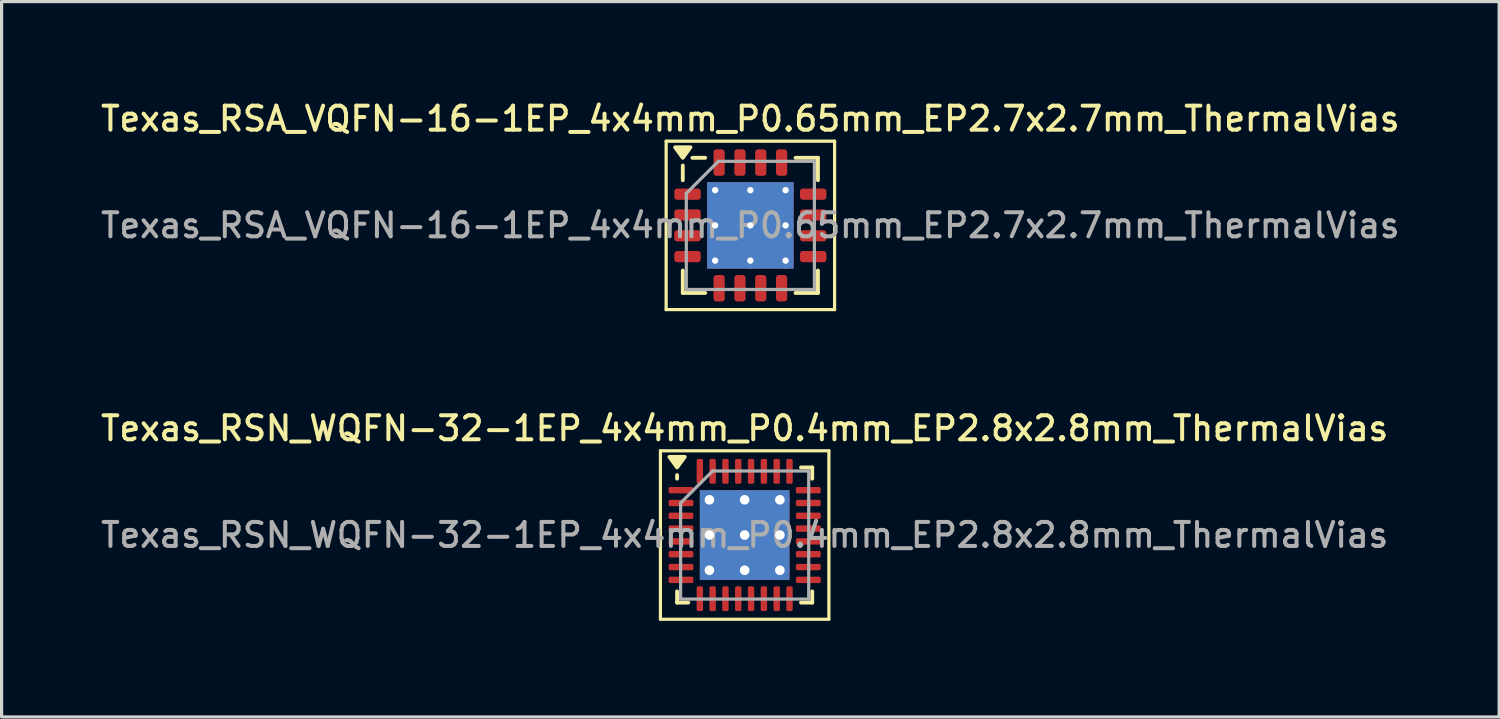
<source format=kicad_pcb>
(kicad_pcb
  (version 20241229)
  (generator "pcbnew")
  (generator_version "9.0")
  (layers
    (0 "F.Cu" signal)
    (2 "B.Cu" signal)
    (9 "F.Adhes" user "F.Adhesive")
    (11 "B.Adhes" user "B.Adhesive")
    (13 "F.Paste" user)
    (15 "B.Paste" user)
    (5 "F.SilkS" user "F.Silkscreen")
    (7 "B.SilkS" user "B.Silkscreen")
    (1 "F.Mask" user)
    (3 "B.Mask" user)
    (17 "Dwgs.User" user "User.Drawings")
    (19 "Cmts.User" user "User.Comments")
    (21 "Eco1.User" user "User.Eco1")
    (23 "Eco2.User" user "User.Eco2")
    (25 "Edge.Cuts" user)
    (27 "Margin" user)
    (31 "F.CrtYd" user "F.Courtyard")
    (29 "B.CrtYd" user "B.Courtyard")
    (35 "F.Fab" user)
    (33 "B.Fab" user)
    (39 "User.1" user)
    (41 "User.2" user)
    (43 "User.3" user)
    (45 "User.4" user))
  (footprint "Texas_RSN_WQFN-32-1EP_4x4mm_P0.4mm_EP2.8x2.8mm_ThermalVias"
    (layer "F.Cu")
    (at 20.202 13.656)
    (property "Reference" "Texas_RSN_WQFN-32-1EP_4x4mm_P0.4mm_EP2.8x2.8mm_ThermalVias" (at 0 -3.33 0) (layer "F.SilkS") (effects (font (size 0.75 0.75) (thickness 0.125))))
    (attr smd)
    (fp_line (start -2.63 -2.63) (end -2.63 2.63) (stroke (width 0.1) (type solid)) (layer "F.SilkS"))
    (fp_line (start -2.63 2.63) (end 2.63 2.63) (stroke (width 0.1) (type solid)) (layer "F.SilkS"))
    (fp_line (start -2.11 -1.76) (end -2.11 -1.87) (stroke (width 0.12) (type solid)) (layer "F.SilkS"))
    (fp_line (start -2.11 2.11) (end -2.11 1.76) (stroke (width 0.12) (type solid)) (layer "F.SilkS"))
    (fp_line (start -1.76 2.11) (end -2.11 2.11) (stroke (width 0.12) (type solid)) (layer "F.SilkS"))
    (fp_line (start 1.76 -2.11) (end 2.11 -2.11) (stroke (width 0.12) (type solid)) (layer "F.SilkS"))
    (fp_line (start 1.76 2.11) (end 2.11 2.11) (stroke (width 0.12) (type solid)) (layer "F.SilkS"))
    (fp_line (start 2.11 -2.11) (end 2.11 -1.76) (stroke (width 0.12) (type solid)) (layer "F.SilkS"))
    (fp_line (start 2.11 2.11) (end 2.11 1.76) (stroke (width 0.12) (type solid)) (layer "F.SilkS"))
    (fp_line (start 2.63 -2.63) (end -2.63 -2.63) (stroke (width 0.1) (type solid)) (layer "F.SilkS"))
    (fp_line (start 2.63 2.63) (end 2.63 -2.63) (stroke (width 0.1) (type solid)) (layer "F.SilkS"))
    (fp_poly (pts (xy -2.11 -2.11) (xy -2.35 -2.44) (xy -1.87 -2.44) (xy -2.11 -2.11)) (stroke (width 0.12) (type solid)) (fill yes) (layer "F.SilkS"))
    (fp_line (start -2 -1) (end -1 -2) (stroke (width 0.1) (type solid)) (layer "F.Fab"))
    (fp_line (start -2 2) (end -2 -1) (stroke (width 0.1) (type solid)) (layer "F.Fab"))
    (fp_line (start -1 -2) (end 2 -2) (stroke (width 0.1) (type solid)) (layer "F.Fab"))
    (fp_line (start 2 -2) (end 2 2) (stroke (width 0.1) (type solid)) (layer "F.Fab"))
    (fp_line (start 2 2) (end -2 2) (stroke (width 0.1) (type solid)) (layer "F.Fab"))
    (fp_text user "${REFERENCE}" (at 0 0 0) (layer "F.Fab") (effects (font (size 0.75 0.75) (thickness 0.125))))
    (pad "" smd roundrect (at -0.7 -0.7) (size 1.17 1.17) (layers "F.Paste") (roundrect_rratio 0.214))
    (pad "" smd roundrect (at -0.7 0.7) (size 1.17 1.17) (layers "F.Paste") (roundrect_rratio 0.214))
    (pad "" smd roundrect (at 0.7 -0.7) (size 1.17 1.17) (layers "F.Paste") (roundrect_rratio 0.214))
    (pad "" smd roundrect (at 0.7 0.7) (size 1.17 1.17) (layers "F.Paste") (roundrect_rratio 0.214))
    (pad "1" smd roundrect (at -1.988 -1.4) (size 0.775 0.2) (layers "F.Cu" "F.Mask" "F.Paste") (roundrect_rratio 0.25))
    (pad "2" smd roundrect (at -1.988 -1) (size 0.775 0.2) (layers "F.Cu" "F.Mask" "F.Paste") (roundrect_rratio 0.25))
    (pad "3" smd roundrect (at -1.988 -0.6) (size 0.775 0.2) (layers "F.Cu" "F.Mask" "F.Paste") (roundrect_rratio 0.25))
    (pad "4" smd roundrect (at -1.988 -0.2) (size 0.775 0.2) (layers "F.Cu" "F.Mask" "F.Paste") (roundrect_rratio 0.25))
    (pad "5" smd roundrect (at -1.988 0.2) (size 0.775 0.2) (layers "F.Cu" "F.Mask" "F.Paste") (roundrect_rratio 0.25))
    (pad "6" smd roundrect (at -1.988 0.6) (size 0.775 0.2) (layers "F.Cu" "F.Mask" "F.Paste") (roundrect_rratio 0.25))
    (pad "7" smd roundrect (at -1.988 1) (size 0.775 0.2) (layers "F.Cu" "F.Mask" "F.Paste") (roundrect_rratio 0.25))
    (pad "8" smd roundrect (at -1.988 1.4) (size 0.775 0.2) (layers "F.Cu" "F.Mask" "F.Paste") (roundrect_rratio 0.25))
    (pad "9" smd roundrect (at -1.4 1.988) (size 0.2 0.775) (layers "F.Cu" "F.Mask" "F.Paste") (roundrect_rratio 0.25))
    (pad "10" smd roundrect (at -1 1.988) (size 0.2 0.775) (layers "F.Cu" "F.Mask" "F.Paste") (roundrect_rratio 0.25))
    (pad "11" smd roundrect (at -0.6 1.988) (size 0.2 0.775) (layers "F.Cu" "F.Mask" "F.Paste") (roundrect_rratio 0.25))
    (pad "12" smd roundrect (at -0.2 1.988) (size 0.2 0.775) (layers "F.Cu" "F.Mask" "F.Paste") (roundrect_rratio 0.25))
    (pad "13" smd roundrect (at 0.2 1.988) (size 0.2 0.775) (layers "F.Cu" "F.Mask" "F.Paste") (roundrect_rratio 0.25))
    (pad "14" smd roundrect (at 0.6 1.988) (size 0.2 0.775) (layers "F.Cu" "F.Mask" "F.Paste") (roundrect_rratio 0.25))
    (pad "15" smd roundrect (at 1 1.988) (size 0.2 0.775) (layers "F.Cu" "F.Mask" "F.Paste") (roundrect_rratio 0.25))
    (pad "16" smd roundrect (at 1.4 1.988) (size 0.2 0.775) (layers "F.Cu" "F.Mask" "F.Paste") (roundrect_rratio 0.25))
    (pad "17" smd roundrect (at 1.988 1.4) (size 0.775 0.2) (layers "F.Cu" "F.Mask" "F.Paste") (roundrect_rratio 0.25))
    (pad "18" smd roundrect (at 1.988 1) (size 0.775 0.2) (layers "F.Cu" "F.Mask" "F.Paste") (roundrect_rratio 0.25))
    (pad "19" smd roundrect (at 1.988 0.6) (size 0.775 0.2) (layers "F.Cu" "F.Mask" "F.Paste") (roundrect_rratio 0.25))
    (pad "20" smd roundrect (at 1.988 0.2) (size 0.775 0.2) (layers "F.Cu" "F.Mask" "F.Paste") (roundrect_rratio 0.25))
    (pad "21" smd roundrect (at 1.988 -0.2) (size 0.775 0.2) (layers "F.Cu" "F.Mask" "F.Paste") (roundrect_rratio 0.25))
    (pad "22" smd roundrect (at 1.988 -0.6) (size 0.775 0.2) (layers "F.Cu" "F.Mask" "F.Paste") (roundrect_rratio 0.25))
    (pad "23" smd roundrect (at 1.988 -1) (size 0.775 0.2) (layers "F.Cu" "F.Mask" "F.Paste") (roundrect_rratio 0.25))
    (pad "24" smd roundrect (at 1.988 -1.4) (size 0.775 0.2) (layers "F.Cu" "F.Mask" "F.Paste") (roundrect_rratio 0.25))
    (pad "25" smd roundrect (at 1.4 -1.988) (size 0.2 0.775) (layers "F.Cu" "F.Mask" "F.Paste") (roundrect_rratio 0.25))
    (pad "26" smd roundrect (at 1 -1.988) (size 0.2 0.775) (layers "F.Cu" "F.Mask" "F.Paste") (roundrect_rratio 0.25))
    (pad "27" smd roundrect (at 0.6 -1.988) (size 0.2 0.775) (layers "F.Cu" "F.Mask" "F.Paste") (roundrect_rratio 0.25))
    (pad "28" smd roundrect (at 0.2 -1.988) (size 0.2 0.775) (layers "F.Cu" "F.Mask" "F.Paste") (roundrect_rratio 0.25))
    (pad "29" smd roundrect (at -0.2 -1.988) (size 0.2 0.775) (layers "F.Cu" "F.Mask" "F.Paste") (roundrect_rratio 0.25))
    (pad "30" smd roundrect (at -0.6 -1.988) (size 0.2 0.775) (layers "F.Cu" "F.Mask" "F.Paste") (roundrect_rratio 0.25))
    (pad "31" smd roundrect (at -1 -1.988) (size 0.2 0.775) (layers "F.Cu" "F.Mask" "F.Paste") (roundrect_rratio 0.25))
    (pad "32" smd roundrect (at -1.4 -1.988) (size 0.2 0.775) (layers "F.Cu" "F.Mask" "F.Paste") (roundrect_rratio 0.25))
    (pad "33" thru_hole circle (at -1.1 -1.1) (size 0.6 0.6) (drill 0.3) (property pad_prop_heatsink) (layers "*.Cu"))
    (pad "33" thru_hole circle (at -1.1 0) (size 0.6 0.6) (drill 0.3) (property pad_prop_heatsink) (layers "*.Cu"))
    (pad "33" thru_hole circle (at -1.1 1.1) (size 0.6 0.6) (drill 0.3) (property pad_prop_heatsink) (layers "*.Cu"))
    (pad "33" thru_hole circle (at 0 -1.1) (size 0.6 0.6) (drill 0.3) (property pad_prop_heatsink) (layers "*.Cu"))
    (pad "33" thru_hole circle (at 0 0) (size 0.6 0.6) (drill 0.3) (property pad_prop_heatsink) (layers "*.Cu"))
    (pad "33" smd rect (at 0 0) (size 2.8 2.8) (property pad_prop_heatsink) (layers "F.Cu" "F.Mask"))
    (pad "33" smd rect (at 0 0) (size 2.8 2.8) (property pad_prop_heatsink) (layers "B.Cu"))
    (pad "33" thru_hole circle (at 0 1.1) (size 0.6 0.6) (drill 0.3) (property pad_prop_heatsink) (layers "*.Cu"))
    (pad "33" thru_hole circle (at 1.1 -1.1) (size 0.6 0.6) (drill 0.3) (property pad_prop_heatsink) (layers "*.Cu"))
    (pad "33" thru_hole circle (at 1.1 0) (size 0.6 0.6) (drill 0.3) (property pad_prop_heatsink) (layers "*.Cu"))
    (pad "33" thru_hole circle (at 1.1 1.1) (size 0.6 0.6) (drill 0.3) (property pad_prop_heatsink) (layers "*.Cu")))
  (footprint "Texas_RSA_VQFN-16-1EP_4x4mm_P0.65mm_EP2.7x2.7mm_ThermalVias"
    (layer "F.Cu")
    (at 20.38 3.988)
    (property "Reference" "Texas_RSA_VQFN-16-1EP_4x4mm_P0.65mm_EP2.7x2.7mm_ThermalVias" (at 0 -3.33 0) (layer "F.SilkS") (effects (font (size 0.75 0.75) (thickness 0.125))))
    (attr smd)
    (fp_line (start -2.63 -2.63) (end -2.63 2.63) (stroke (width 0.1) (type solid)) (layer "F.SilkS"))
    (fp_line (start -2.63 2.63) (end 2.63 2.63) (stroke (width 0.1) (type solid)) (layer "F.SilkS"))
    (fp_line (start -2.11 -1.41) (end -2.11 -1.87) (stroke (width 0.12) (type solid)) (layer "F.SilkS"))
    (fp_line (start -2.11 2.11) (end -2.11 1.41) (stroke (width 0.12) (type solid)) (layer "F.SilkS"))
    (fp_line (start -1.41 -2.11) (end -1.81 -2.11) (stroke (width 0.12) (type solid)) (layer "F.SilkS"))
    (fp_line (start -1.41 2.11) (end -2.11 2.11) (stroke (width 0.12) (type solid)) (layer "F.SilkS"))
    (fp_line (start 1.41 -2.11) (end 2.11 -2.11) (stroke (width 0.12) (type solid)) (layer "F.SilkS"))
    (fp_line (start 1.41 2.11) (end 2.11 2.11) (stroke (width 0.12) (type solid)) (layer "F.SilkS"))
    (fp_line (start 2.11 -2.11) (end 2.11 -1.41) (stroke (width 0.12) (type solid)) (layer "F.SilkS"))
    (fp_line (start 2.11 2.11) (end 2.11 1.41) (stroke (width 0.12) (type solid)) (layer "F.SilkS"))
    (fp_line (start 2.63 -2.63) (end -2.63 -2.63) (stroke (width 0.1) (type solid)) (layer "F.SilkS"))
    (fp_line (start 2.63 2.63) (end 2.63 -2.63) (stroke (width 0.1) (type solid)) (layer "F.SilkS"))
    (fp_poly (pts (xy -2.11 -2.11) (xy -2.35 -2.44) (xy -1.87 -2.44) (xy -2.11 -2.11)) (stroke (width 0.12) (type solid)) (fill yes) (layer "F.SilkS"))
    (fp_line (start -2 -1) (end -1 -2) (stroke (width 0.1) (type solid)) (layer "F.Fab"))
    (fp_line (start -2 2) (end -2 -1) (stroke (width 0.1) (type solid)) (layer "F.Fab"))
    (fp_line (start -1 -2) (end 2 -2) (stroke (width 0.1) (type solid)) (layer "F.Fab"))
    (fp_line (start 2 -2) (end 2 2) (stroke (width 0.1) (type solid)) (layer "F.Fab"))
    (fp_line (start 2 2) (end -2 2) (stroke (width 0.1) (type solid)) (layer "F.Fab"))
    (fp_text user "${REFERENCE}" (at 0 0 0) (layer "F.Fab") (effects (font (size 0.75 0.75) (thickness 0.125))))
    (pad "" smd roundrect (at -0.55 -0.55) (size 0.955 0.955) (layers "F.Paste") (roundrect_rratio 0.25))
    (pad "" smd roundrect (at -0.55 0.55) (size 0.955 0.955) (layers "F.Paste") (roundrect_rratio 0.25))
    (pad "" smd roundrect (at 0.55 -0.55) (size 0.955 0.955) (layers "F.Paste") (roundrect_rratio 0.25))
    (pad "" smd roundrect (at 0.55 0.55) (size 0.955 0.955) (layers "F.Paste") (roundrect_rratio 0.25))
    (pad "1" smd roundrect (at -1.962 -0.975) (size 0.825 0.35) (layers "F.Cu" "F.Mask" "F.Paste") (roundrect_rratio 0.25))
    (pad "2" smd roundrect (at -1.962 -0.325) (size 0.825 0.35) (layers "F.Cu" "F.Mask" "F.Paste") (roundrect_rratio 0.25))
    (pad "3" smd roundrect (at -1.962 0.325) (size 0.825 0.35) (layers "F.Cu" "F.Mask" "F.Paste") (roundrect_rratio 0.25))
    (pad "4" smd roundrect (at -1.962 0.975) (size 0.825 0.35) (layers "F.Cu" "F.Mask" "F.Paste") (roundrect_rratio 0.25))
    (pad "5" smd roundrect (at -0.975 1.962) (size 0.35 0.825) (layers "F.Cu" "F.Mask" "F.Paste") (roundrect_rratio 0.25))
    (pad "6" smd roundrect (at -0.325 1.962) (size 0.35 0.825) (layers "F.Cu" "F.Mask" "F.Paste") (roundrect_rratio 0.25))
    (pad "7" smd roundrect (at 0.325 1.962) (size 0.35 0.825) (layers "F.Cu" "F.Mask" "F.Paste") (roundrect_rratio 0.25))
    (pad "8" smd roundrect (at 0.975 1.962) (size 0.35 0.825) (layers "F.Cu" "F.Mask" "F.Paste") (roundrect_rratio 0.25))
    (pad "9" smd roundrect (at 1.962 0.975) (size 0.825 0.35) (layers "F.Cu" "F.Mask" "F.Paste") (roundrect_rratio 0.25))
    (pad "10" smd roundrect (at 1.962 0.325) (size 0.825 0.35) (layers "F.Cu" "F.Mask" "F.Paste") (roundrect_rratio 0.25))
    (pad "11" smd roundrect (at 1.962 -0.325) (size 0.825 0.35) (layers "F.Cu" "F.Mask" "F.Paste") (roundrect_rratio 0.25))
    (pad "12" smd roundrect (at 1.962 -0.975) (size 0.825 0.35) (layers "F.Cu" "F.Mask" "F.Paste") (roundrect_rratio 0.25))
    (pad "13" smd roundrect (at 0.975 -1.962) (size 0.35 0.825) (layers "F.Cu" "F.Mask" "F.Paste") (roundrect_rratio 0.25))
    (pad "14" smd roundrect (at 0.325 -1.962) (size 0.35 0.825) (layers "F.Cu" "F.Mask" "F.Paste") (roundrect_rratio 0.25))
    (pad "15" smd roundrect (at -0.325 -1.962) (size 0.35 0.825) (layers "F.Cu" "F.Mask" "F.Paste") (roundrect_rratio 0.25))
    (pad "16" smd roundrect (at -0.975 -1.962) (size 0.35 0.825) (layers "F.Cu" "F.Mask" "F.Paste") (roundrect_rratio 0.25))
    (pad "17" thru_hole circle (at -1.1 -1.1) (size 0.5 0.5) (drill 0.2) (property pad_prop_heatsink) (layers "*.Cu"))
    (pad "17" thru_hole circle (at -1.1 0) (size 0.5 0.5) (drill 0.2) (property pad_prop_heatsink) (layers "*.Cu"))
    (pad "17" thru_hole circle (at -1.1 1.1) (size 0.5 0.5) (drill 0.2) (property pad_prop_heatsink) (layers "*.Cu"))
    (pad "17" thru_hole circle (at 0 -1.1) (size 0.5 0.5) (drill 0.2) (property pad_prop_heatsink) (layers "*.Cu"))
    (pad "17" thru_hole circle (at 0 0) (size 0.5 0.5) (drill 0.2) (property pad_prop_heatsink) (layers "*.Cu"))
    (pad "17" smd rect (at 0 0) (size 2.7 2.7) (property pad_prop_heatsink) (layers "F.Cu" "F.Mask"))
    (pad "17" smd rect (at 0 0) (size 2.7 2.7) (property pad_prop_heatsink) (layers "B.Cu"))
    (pad "17" thru_hole circle (at 0 1.1) (size 0.5 0.5) (drill 0.2) (property pad_prop_heatsink) (layers "*.Cu"))
    (pad "17" thru_hole circle (at 1.1 -1.1) (size 0.5 0.5) (drill 0.2) (property pad_prop_heatsink) (layers "*.Cu"))
    (pad "17" thru_hole circle (at 1.1 0) (size 0.5 0.5) (drill 0.2) (property pad_prop_heatsink) (layers "*.Cu"))
    (pad "17" thru_hole circle (at 1.1 1.1) (size 0.5 0.5) (drill 0.2) (property pad_prop_heatsink) (layers "*.Cu")))
  (gr_rect
    (start -3 -3)
    (end 43.761 19.336)
    (stroke (width 0.1) (type default))
    (fill no)
    (layer "Edge.Cuts")))
</source>
